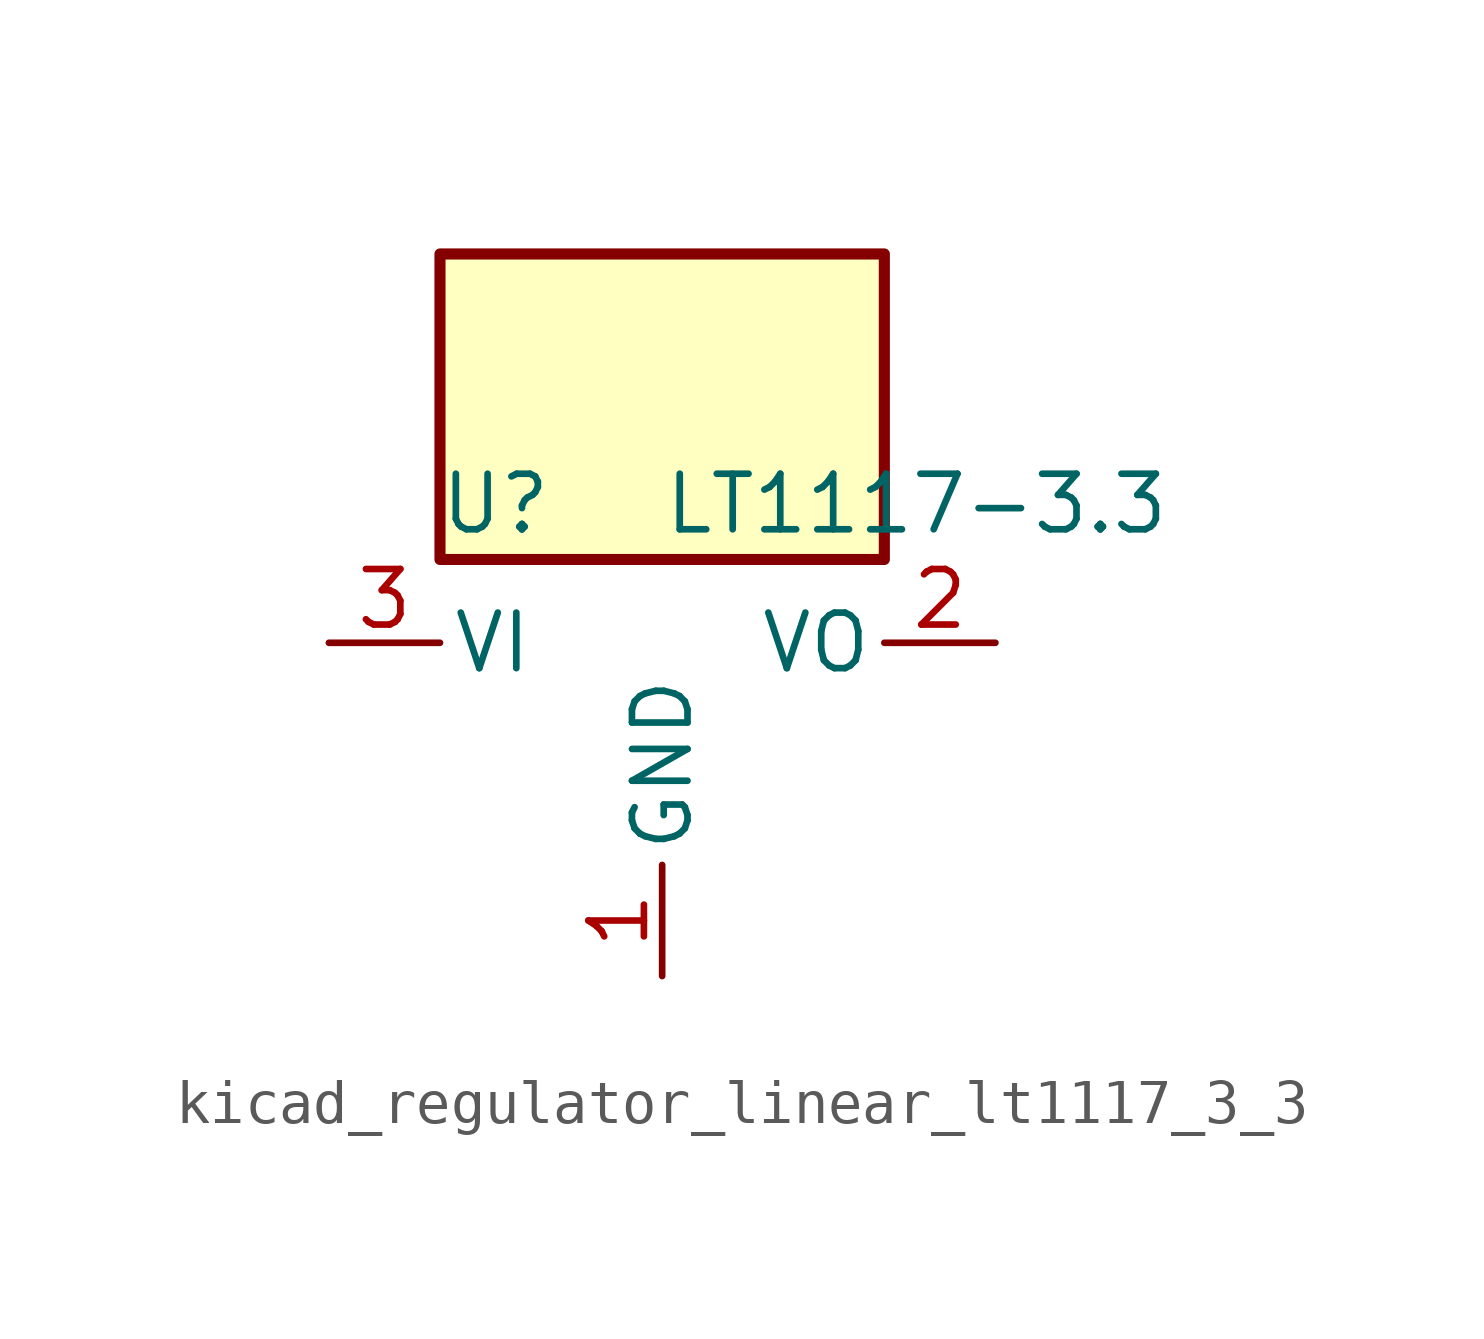
<source format=kicad_sym>
(kicad_symbol_lib
  (version 20220914)
  (generator kicad_symbol_editor)
  (symbol "kicad_regulator_linear_lt1117_3_3"
    (pin_names
      (offset 0.254))
    (property "Reference" "U"
      (at -3.81 3.175 0)
      (effects (font (size 1.27 1.27))))
    (property "Value" "LT1117-3.3"
      (at 0 3.175 0)
      (effects (font (size 1.27 1.27)) (justify left)))
    (symbol "kicad_regulator_linear_lt1117_3_3_0_1"
      (rectangle (start 5.08 8.89) (end -5.08 1.905) (stroke (width 0.254) (type default)) (fill (type background))))
    (symbol "kicad_regulator_linear_lt1117_3_3_1_1"
      (pin power_in line (at 0 -7.62 90) (length 2.54) (name "GND" (effects (font (size 1.27 1.27)))) (number "1" (effects (font (size 1.27 1.27)))))
      (pin power_out line (at 7.62 0 180) (length 2.54) (name "VO" (effects (font (size 1.27 1.27)))) (number "2" (effects (font (size 1.27 1.27)))))
      (pin power_in line (at -7.62 0 0) (length 2.54) (name "VI" (effects (font (size 1.27 1.27)))) (number "3" (effects (font (size 1.27 1.27))))))))
</source>
